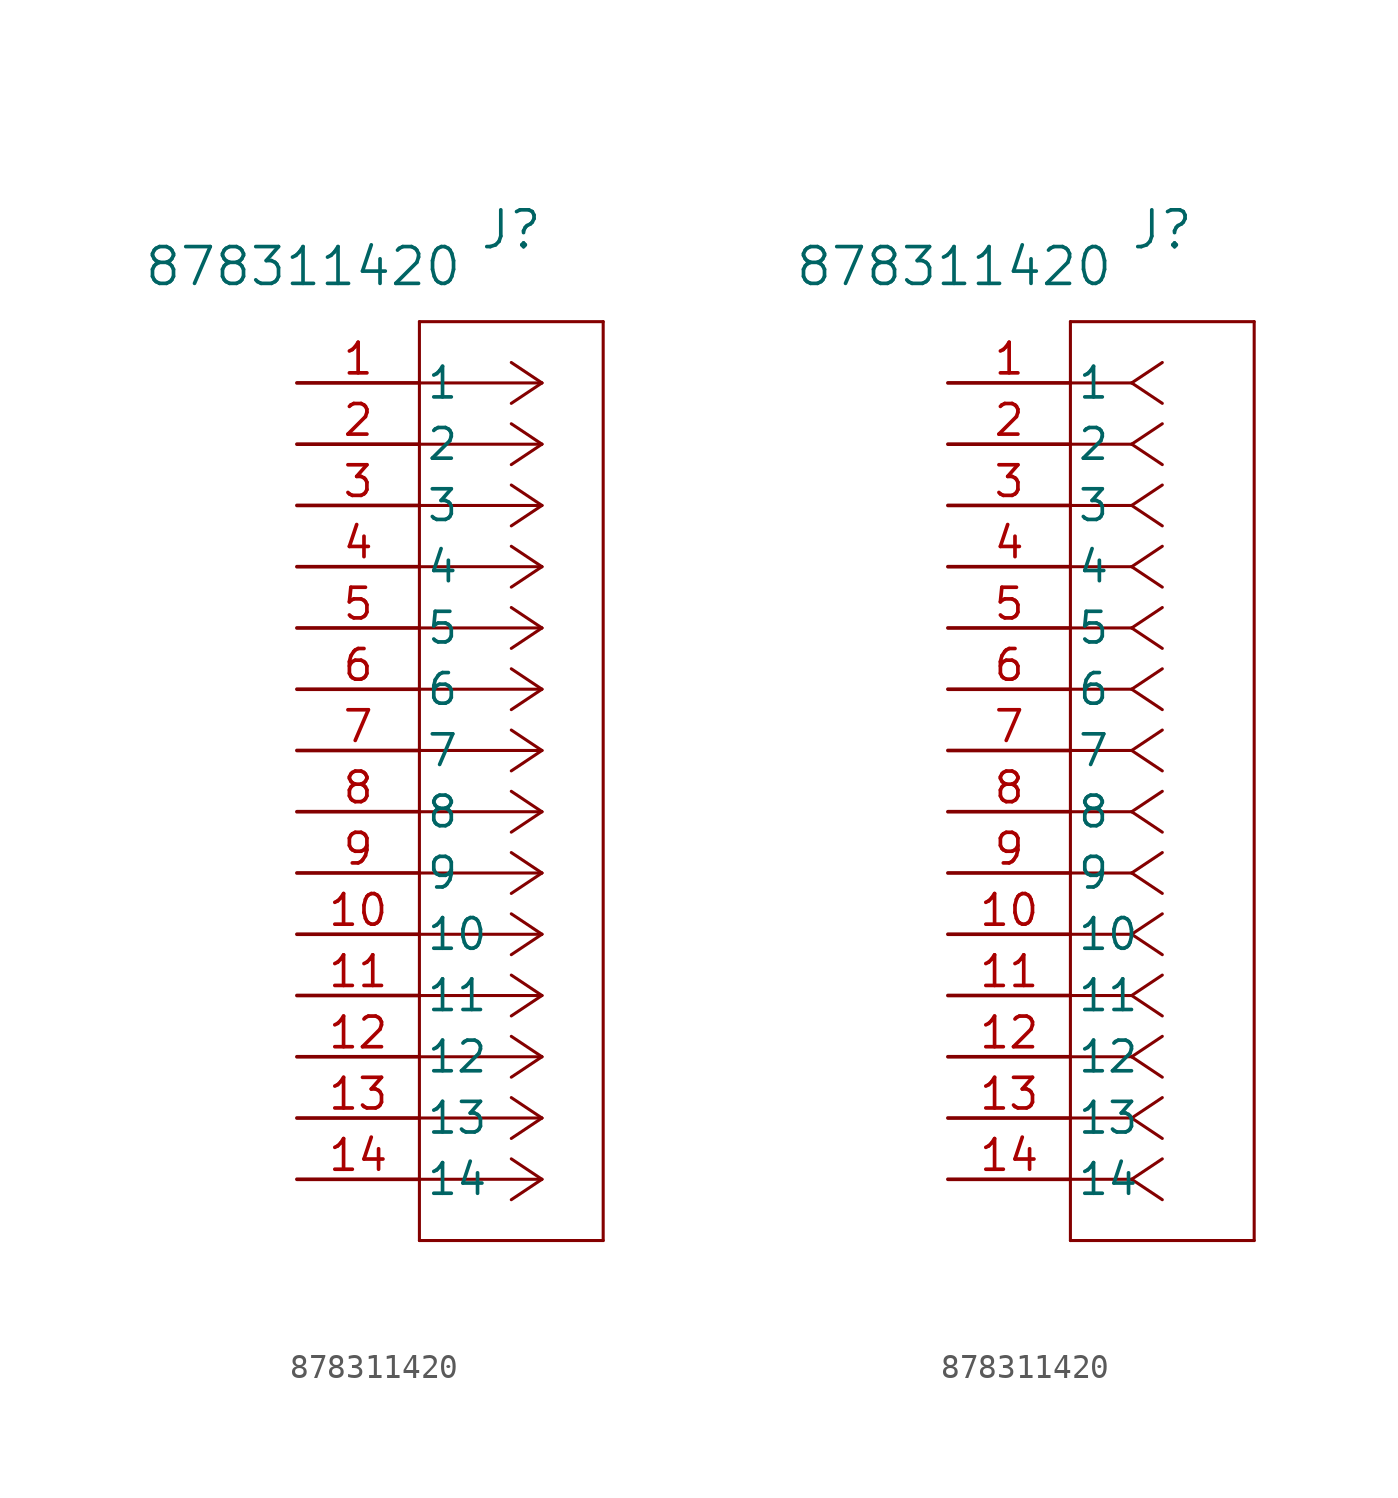
<source format=kicad_sym>
(kicad_symbol_lib
  (version 20231120)
  (generator "kicad_symbol_editor")
  (generator_version "8.0")
  (symbol "878311420"
    (pin_names
      (offset 0.254))
    (property "Reference" "J"
      (at 8.89 6.35 0)
      (effects (font (size 1.524 1.524))))
    (property "Value" "878311420"
      (at 0.254 4.826 0)
      (effects (font (size 1.524 1.524))))
    (property "ki_locked" ""
      (at 0 0 0)
      (effects (font (size 1.27 1.27))))
    (symbol "878311420_1_1"
      (polyline (pts (xy 5.08 -35.56) (xy 12.7 -35.56)) (stroke (width 0.127) (type default)) (fill (type none)))
      (polyline (pts (xy 5.08 2.54) (xy 5.08 -35.56)) (stroke (width 0.127) (type default)) (fill (type none)))
      (polyline (pts (xy 10.16 -33.02) (xy 5.08 -33.02)) (stroke (width 0.127) (type default)) (fill (type none)))
      (polyline (pts (xy 10.16 -33.02) (xy 8.89 -33.867)) (stroke (width 0.127) (type default)) (fill (type none)))
      (polyline (pts (xy 10.16 -33.02) (xy 8.89 -32.173)) (stroke (width 0.127) (type default)) (fill (type none)))
      (polyline (pts (xy 10.16 -30.48) (xy 5.08 -30.48)) (stroke (width 0.127) (type default)) (fill (type none)))
      (polyline (pts (xy 10.16 -30.48) (xy 8.89 -31.327)) (stroke (width 0.127) (type default)) (fill (type none)))
      (polyline (pts (xy 10.16 -30.48) (xy 8.89 -29.633)) (stroke (width 0.127) (type default)) (fill (type none)))
      (polyline (pts (xy 10.16 -27.94) (xy 5.08 -27.94)) (stroke (width 0.127) (type default)) (fill (type none)))
      (polyline (pts (xy 10.16 -27.94) (xy 8.89 -28.787)) (stroke (width 0.127) (type default)) (fill (type none)))
      (polyline (pts (xy 10.16 -27.94) (xy 8.89 -27.093)) (stroke (width 0.127) (type default)) (fill (type none)))
      (polyline (pts (xy 10.16 -25.4) (xy 5.08 -25.4)) (stroke (width 0.127) (type default)) (fill (type none)))
      (polyline (pts (xy 10.16 -25.4) (xy 8.89 -26.247)) (stroke (width 0.127) (type default)) (fill (type none)))
      (polyline (pts (xy 10.16 -25.4) (xy 8.89 -24.553)) (stroke (width 0.127) (type default)) (fill (type none)))
      (polyline (pts (xy 10.16 -22.86) (xy 5.08 -22.86)) (stroke (width 0.127) (type default)) (fill (type none)))
      (polyline (pts (xy 10.16 -22.86) (xy 8.89 -23.707)) (stroke (width 0.127) (type default)) (fill (type none)))
      (polyline (pts (xy 10.16 -22.86) (xy 8.89 -22.013)) (stroke (width 0.127) (type default)) (fill (type none)))
      (polyline (pts (xy 10.16 -20.32) (xy 5.08 -20.32)) (stroke (width 0.127) (type default)) (fill (type none)))
      (polyline (pts (xy 10.16 -20.32) (xy 8.89 -21.167)) (stroke (width 0.127) (type default)) (fill (type none)))
      (polyline (pts (xy 10.16 -20.32) (xy 8.89 -19.473)) (stroke (width 0.127) (type default)) (fill (type none)))
      (polyline (pts (xy 10.16 -17.78) (xy 5.08 -17.78)) (stroke (width 0.127) (type default)) (fill (type none)))
      (polyline (pts (xy 10.16 -17.78) (xy 8.89 -18.627)) (stroke (width 0.127) (type default)) (fill (type none)))
      (polyline (pts (xy 10.16 -17.78) (xy 8.89 -16.933)) (stroke (width 0.127) (type default)) (fill (type none)))
      (polyline (pts (xy 10.16 -15.24) (xy 5.08 -15.24)) (stroke (width 0.127) (type default)) (fill (type none)))
      (polyline (pts (xy 10.16 -15.24) (xy 8.89 -16.087)) (stroke (width 0.127) (type default)) (fill (type none)))
      (polyline (pts (xy 10.16 -15.24) (xy 8.89 -14.393)) (stroke (width 0.127) (type default)) (fill (type none)))
      (polyline (pts (xy 10.16 -12.7) (xy 5.08 -12.7)) (stroke (width 0.127) (type default)) (fill (type none)))
      (polyline (pts (xy 10.16 -12.7) (xy 8.89 -13.547)) (stroke (width 0.127) (type default)) (fill (type none)))
      (polyline (pts (xy 10.16 -12.7) (xy 8.89 -11.853)) (stroke (width 0.127) (type default)) (fill (type none)))
      (polyline (pts (xy 10.16 -10.16) (xy 5.08 -10.16)) (stroke (width 0.127) (type default)) (fill (type none)))
      (polyline (pts (xy 10.16 -10.16) (xy 8.89 -11.007)) (stroke (width 0.127) (type default)) (fill (type none)))
      (polyline (pts (xy 10.16 -10.16) (xy 8.89 -9.313)) (stroke (width 0.127) (type default)) (fill (type none)))
      (polyline (pts (xy 10.16 -7.62) (xy 5.08 -7.62)) (stroke (width 0.127) (type default)) (fill (type none)))
      (polyline (pts (xy 10.16 -7.62) (xy 8.89 -8.467)) (stroke (width 0.127) (type default)) (fill (type none)))
      (polyline (pts (xy 10.16 -7.62) (xy 8.89 -6.773)) (stroke (width 0.127) (type default)) (fill (type none)))
      (polyline (pts (xy 10.16 -5.08) (xy 5.08 -5.08)) (stroke (width 0.127) (type default)) (fill (type none)))
      (polyline (pts (xy 10.16 -5.08) (xy 8.89 -5.927)) (stroke (width 0.127) (type default)) (fill (type none)))
      (polyline (pts (xy 10.16 -5.08) (xy 8.89 -4.233)) (stroke (width 0.127) (type default)) (fill (type none)))
      (polyline (pts (xy 10.16 -2.54) (xy 5.08 -2.54)) (stroke (width 0.127) (type default)) (fill (type none)))
      (polyline (pts (xy 10.16 -2.54) (xy 8.89 -3.387)) (stroke (width 0.127) (type default)) (fill (type none)))
      (polyline (pts (xy 10.16 -2.54) (xy 8.89 -1.693)) (stroke (width 0.127) (type default)) (fill (type none)))
      (polyline (pts (xy 10.16 0) (xy 5.08 0)) (stroke (width 0.127) (type default)) (fill (type none)))
      (polyline (pts (xy 10.16 0) (xy 8.89 -0.847)) (stroke (width 0.127) (type default)) (fill (type none)))
      (polyline (pts (xy 10.16 0) (xy 8.89 0.847)) (stroke (width 0.127) (type default)) (fill (type none)))
      (polyline (pts (xy 12.7 -35.56) (xy 12.7 2.54)) (stroke (width 0.127) (type default)) (fill (type none)))
      (polyline (pts (xy 12.7 2.54) (xy 5.08 2.54)) (stroke (width 0.127) (type default)) (fill (type none)))
      (pin unspecified line (at 0 0 0) (length 5.08) (name "1" (effects (font (size 1.27 1.27)))) (number "1" (effects (font (size 1.27 1.27)))))
      (pin unspecified line (at 0 -22.86 0) (length 5.08) (name "10" (effects (font (size 1.27 1.27)))) (number "10" (effects (font (size 1.27 1.27)))))
      (pin unspecified line (at 0 -25.4 0) (length 5.08) (name "11" (effects (font (size 1.27 1.27)))) (number "11" (effects (font (size 1.27 1.27)))))
      (pin unspecified line (at 0 -27.94 0) (length 5.08) (name "12" (effects (font (size 1.27 1.27)))) (number "12" (effects (font (size 1.27 1.27)))))
      (pin unspecified line (at 0 -30.48 0) (length 5.08) (name "13" (effects (font (size 1.27 1.27)))) (number "13" (effects (font (size 1.27 1.27)))))
      (pin unspecified line (at 0 -33.02 0) (length 5.08) (name "14" (effects (font (size 1.27 1.27)))) (number "14" (effects (font (size 1.27 1.27)))))
      (pin unspecified line (at 0 -2.54 0) (length 5.08) (name "2" (effects (font (size 1.27 1.27)))) (number "2" (effects (font (size 1.27 1.27)))))
      (pin unspecified line (at 0 -5.08 0) (length 5.08) (name "3" (effects (font (size 1.27 1.27)))) (number "3" (effects (font (size 1.27 1.27)))))
      (pin unspecified line (at 0 -7.62 0) (length 5.08) (name "4" (effects (font (size 1.27 1.27)))) (number "4" (effects (font (size 1.27 1.27)))))
      (pin unspecified line (at 0 -10.16 0) (length 5.08) (name "5" (effects (font (size 1.27 1.27)))) (number "5" (effects (font (size 1.27 1.27)))))
      (pin unspecified line (at 0 -12.7 0) (length 5.08) (name "6" (effects (font (size 1.27 1.27)))) (number "6" (effects (font (size 1.27 1.27)))))
      (pin unspecified line (at 0 -15.24 0) (length 5.08) (name "7" (effects (font (size 1.27 1.27)))) (number "7" (effects (font (size 1.27 1.27)))))
      (pin unspecified line (at 0 -17.78 0) (length 5.08) (name "8" (effects (font (size 1.27 1.27)))) (number "8" (effects (font (size 1.27 1.27)))))
      (pin unspecified line (at 0 -20.32 0) (length 5.08) (name "9" (effects (font (size 1.27 1.27)))) (number "9" (effects (font (size 1.27 1.27))))))
    (symbol "878311420_1_2"
      (polyline (pts (xy 5.08 -35.56) (xy 12.7 -35.56)) (stroke (width 0.127) (type default)) (fill (type none)))
      (polyline (pts (xy 5.08 2.54) (xy 5.08 -35.56)) (stroke (width 0.127) (type default)) (fill (type none)))
      (polyline (pts (xy 7.62 -33.02) (xy 5.08 -33.02)) (stroke (width 0.127) (type default)) (fill (type none)))
      (polyline (pts (xy 7.62 -33.02) (xy 8.89 -33.867)) (stroke (width 0.127) (type default)) (fill (type none)))
      (polyline (pts (xy 7.62 -33.02) (xy 8.89 -32.173)) (stroke (width 0.127) (type default)) (fill (type none)))
      (polyline (pts (xy 7.62 -30.48) (xy 5.08 -30.48)) (stroke (width 0.127) (type default)) (fill (type none)))
      (polyline (pts (xy 7.62 -30.48) (xy 8.89 -31.327)) (stroke (width 0.127) (type default)) (fill (type none)))
      (polyline (pts (xy 7.62 -30.48) (xy 8.89 -29.633)) (stroke (width 0.127) (type default)) (fill (type none)))
      (polyline (pts (xy 7.62 -27.94) (xy 5.08 -27.94)) (stroke (width 0.127) (type default)) (fill (type none)))
      (polyline (pts (xy 7.62 -27.94) (xy 8.89 -28.787)) (stroke (width 0.127) (type default)) (fill (type none)))
      (polyline (pts (xy 7.62 -27.94) (xy 8.89 -27.093)) (stroke (width 0.127) (type default)) (fill (type none)))
      (polyline (pts (xy 7.62 -25.4) (xy 5.08 -25.4)) (stroke (width 0.127) (type default)) (fill (type none)))
      (polyline (pts (xy 7.62 -25.4) (xy 8.89 -26.247)) (stroke (width 0.127) (type default)) (fill (type none)))
      (polyline (pts (xy 7.62 -25.4) (xy 8.89 -24.553)) (stroke (width 0.127) (type default)) (fill (type none)))
      (polyline (pts (xy 7.62 -22.86) (xy 5.08 -22.86)) (stroke (width 0.127) (type default)) (fill (type none)))
      (polyline (pts (xy 7.62 -22.86) (xy 8.89 -23.707)) (stroke (width 0.127) (type default)) (fill (type none)))
      (polyline (pts (xy 7.62 -22.86) (xy 8.89 -22.013)) (stroke (width 0.127) (type default)) (fill (type none)))
      (polyline (pts (xy 7.62 -20.32) (xy 5.08 -20.32)) (stroke (width 0.127) (type default)) (fill (type none)))
      (polyline (pts (xy 7.62 -20.32) (xy 8.89 -21.167)) (stroke (width 0.127) (type default)) (fill (type none)))
      (polyline (pts (xy 7.62 -20.32) (xy 8.89 -19.473)) (stroke (width 0.127) (type default)) (fill (type none)))
      (polyline (pts (xy 7.62 -17.78) (xy 5.08 -17.78)) (stroke (width 0.127) (type default)) (fill (type none)))
      (polyline (pts (xy 7.62 -17.78) (xy 8.89 -18.627)) (stroke (width 0.127) (type default)) (fill (type none)))
      (polyline (pts (xy 7.62 -17.78) (xy 8.89 -16.933)) (stroke (width 0.127) (type default)) (fill (type none)))
      (polyline (pts (xy 7.62 -15.24) (xy 5.08 -15.24)) (stroke (width 0.127) (type default)) (fill (type none)))
      (polyline (pts (xy 7.62 -15.24) (xy 8.89 -16.087)) (stroke (width 0.127) (type default)) (fill (type none)))
      (polyline (pts (xy 7.62 -15.24) (xy 8.89 -14.393)) (stroke (width 0.127) (type default)) (fill (type none)))
      (polyline (pts (xy 7.62 -12.7) (xy 5.08 -12.7)) (stroke (width 0.127) (type default)) (fill (type none)))
      (polyline (pts (xy 7.62 -12.7) (xy 8.89 -13.547)) (stroke (width 0.127) (type default)) (fill (type none)))
      (polyline (pts (xy 7.62 -12.7) (xy 8.89 -11.853)) (stroke (width 0.127) (type default)) (fill (type none)))
      (polyline (pts (xy 7.62 -10.16) (xy 5.08 -10.16)) (stroke (width 0.127) (type default)) (fill (type none)))
      (polyline (pts (xy 7.62 -10.16) (xy 8.89 -11.007)) (stroke (width 0.127) (type default)) (fill (type none)))
      (polyline (pts (xy 7.62 -10.16) (xy 8.89 -9.313)) (stroke (width 0.127) (type default)) (fill (type none)))
      (polyline (pts (xy 7.62 -7.62) (xy 5.08 -7.62)) (stroke (width 0.127) (type default)) (fill (type none)))
      (polyline (pts (xy 7.62 -7.62) (xy 8.89 -8.467)) (stroke (width 0.127) (type default)) (fill (type none)))
      (polyline (pts (xy 7.62 -7.62) (xy 8.89 -6.773)) (stroke (width 0.127) (type default)) (fill (type none)))
      (polyline (pts (xy 7.62 -5.08) (xy 5.08 -5.08)) (stroke (width 0.127) (type default)) (fill (type none)))
      (polyline (pts (xy 7.62 -5.08) (xy 8.89 -5.927)) (stroke (width 0.127) (type default)) (fill (type none)))
      (polyline (pts (xy 7.62 -5.08) (xy 8.89 -4.233)) (stroke (width 0.127) (type default)) (fill (type none)))
      (polyline (pts (xy 7.62 -2.54) (xy 5.08 -2.54)) (stroke (width 0.127) (type default)) (fill (type none)))
      (polyline (pts (xy 7.62 -2.54) (xy 8.89 -3.387)) (stroke (width 0.127) (type default)) (fill (type none)))
      (polyline (pts (xy 7.62 -2.54) (xy 8.89 -1.693)) (stroke (width 0.127) (type default)) (fill (type none)))
      (polyline (pts (xy 7.62 0) (xy 5.08 0)) (stroke (width 0.127) (type default)) (fill (type none)))
      (polyline (pts (xy 7.62 0) (xy 8.89 -0.847)) (stroke (width 0.127) (type default)) (fill (type none)))
      (polyline (pts (xy 7.62 0) (xy 8.89 0.847)) (stroke (width 0.127) (type default)) (fill (type none)))
      (polyline (pts (xy 12.7 -35.56) (xy 12.7 2.54)) (stroke (width 0.127) (type default)) (fill (type none)))
      (polyline (pts (xy 12.7 2.54) (xy 5.08 2.54)) (stroke (width 0.127) (type default)) (fill (type none)))
      (pin unspecified line (at 0 0 0) (length 5.08) (name "1" (effects (font (size 1.27 1.27)))) (number "1" (effects (font (size 1.27 1.27)))))
      (pin unspecified line (at 0 -22.86 0) (length 5.08) (name "10" (effects (font (size 1.27 1.27)))) (number "10" (effects (font (size 1.27 1.27)))))
      (pin unspecified line (at 0 -25.4 0) (length 5.08) (name "11" (effects (font (size 1.27 1.27)))) (number "11" (effects (font (size 1.27 1.27)))))
      (pin unspecified line (at 0 -27.94 0) (length 5.08) (name "12" (effects (font (size 1.27 1.27)))) (number "12" (effects (font (size 1.27 1.27)))))
      (pin unspecified line (at 0 -30.48 0) (length 5.08) (name "13" (effects (font (size 1.27 1.27)))) (number "13" (effects (font (size 1.27 1.27)))))
      (pin unspecified line (at 0 -33.02 0) (length 5.08) (name "14" (effects (font (size 1.27 1.27)))) (number "14" (effects (font (size 1.27 1.27)))))
      (pin unspecified line (at 0 -2.54 0) (length 5.08) (name "2" (effects (font (size 1.27 1.27)))) (number "2" (effects (font (size 1.27 1.27)))))
      (pin unspecified line (at 0 -5.08 0) (length 5.08) (name "3" (effects (font (size 1.27 1.27)))) (number "3" (effects (font (size 1.27 1.27)))))
      (pin unspecified line (at 0 -7.62 0) (length 5.08) (name "4" (effects (font (size 1.27 1.27)))) (number "4" (effects (font (size 1.27 1.27)))))
      (pin unspecified line (at 0 -10.16 0) (length 5.08) (name "5" (effects (font (size 1.27 1.27)))) (number "5" (effects (font (size 1.27 1.27)))))
      (pin unspecified line (at 0 -12.7 0) (length 5.08) (name "6" (effects (font (size 1.27 1.27)))) (number "6" (effects (font (size 1.27 1.27)))))
      (pin unspecified line (at 0 -15.24 0) (length 5.08) (name "7" (effects (font (size 1.27 1.27)))) (number "7" (effects (font (size 1.27 1.27)))))
      (pin unspecified line (at 0 -17.78 0) (length 5.08) (name "8" (effects (font (size 1.27 1.27)))) (number "8" (effects (font (size 1.27 1.27)))))
      (pin unspecified line (at 0 -20.32 0) (length 5.08) (name "9" (effects (font (size 1.27 1.27)))) (number "9" (effects (font (size 1.27 1.27))))))))
</source>
